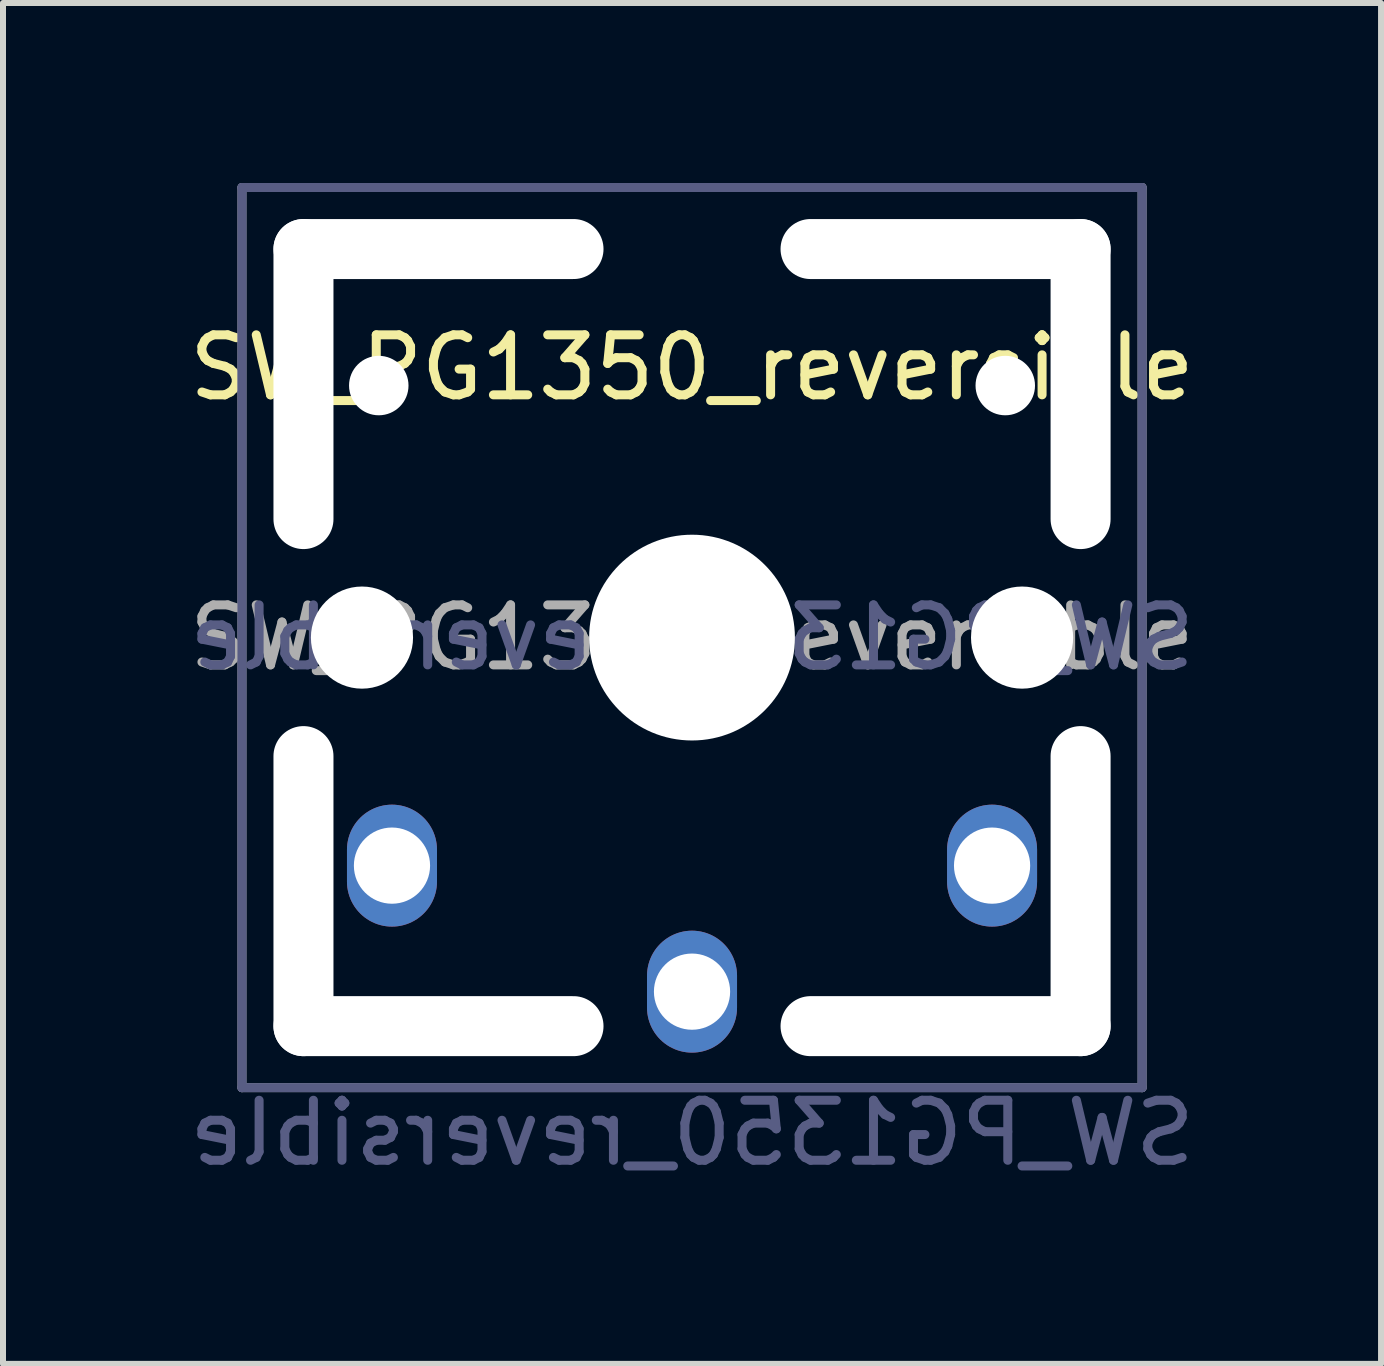
<source format=kicad_pcb>
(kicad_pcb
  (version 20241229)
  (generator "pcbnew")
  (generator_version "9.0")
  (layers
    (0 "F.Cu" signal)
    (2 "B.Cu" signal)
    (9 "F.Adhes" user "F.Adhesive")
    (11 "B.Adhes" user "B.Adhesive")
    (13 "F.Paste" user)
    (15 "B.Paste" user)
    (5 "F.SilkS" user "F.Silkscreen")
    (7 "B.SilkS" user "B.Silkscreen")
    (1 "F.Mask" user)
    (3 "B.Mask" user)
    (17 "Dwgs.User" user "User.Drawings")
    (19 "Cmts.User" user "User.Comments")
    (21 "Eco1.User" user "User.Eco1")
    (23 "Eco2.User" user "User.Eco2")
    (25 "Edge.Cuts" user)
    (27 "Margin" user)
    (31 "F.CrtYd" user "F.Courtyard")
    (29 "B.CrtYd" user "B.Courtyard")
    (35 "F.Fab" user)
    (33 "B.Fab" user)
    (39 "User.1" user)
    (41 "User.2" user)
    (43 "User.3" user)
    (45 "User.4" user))
  (footprint "SW_PG1350_reversible"
    (layer "F.Cu")
    (at 8.482 7.575)
    (property "Reference" "SW_PG1350_reversible" (at 0 -4.5 0) (layer "F.SilkS") (effects (font (size 1 1) (thickness 0.15))))
    (property "Value" "SW_PG1350_reversible" (at 0 8.255 0) (layer "F.Fab") (hide yes) (effects (font (size 1 1) (thickness 0.15))))
    (attr through_hole)
    (fp_line (start -6.9 6.9) (end -6.9 -6.9) (stroke (width 0.15) (type solid)) (layer "Eco2.User"))
    (fp_line (start -6.9 6.9) (end 6.9 6.9) (stroke (width 0.15) (type solid)) (layer "Eco2.User"))
    (fp_line (start -2.6 -3.1) (end -2.6 -6.3) (stroke (width 0.15) (type solid)) (layer "Eco2.User"))
    (fp_line (start -2.6 -3.1) (end 2.6 -3.1) (stroke (width 0.15) (type solid)) (layer "Eco2.User"))
    (fp_line (start 2.6 -6.3) (end -2.6 -6.3) (stroke (width 0.15) (type solid)) (layer "Eco2.User"))
    (fp_line (start 2.6 -3.1) (end 2.6 -6.3) (stroke (width 0.15) (type solid)) (layer "Eco2.User"))
    (fp_line (start 6.9 -6.9) (end -6.9 -6.9) (stroke (width 0.15) (type solid)) (layer "Eco2.User"))
    (fp_line (start 6.9 -6.9) (end 6.9 6.9) (stroke (width 0.15) (type solid)) (layer "Eco2.User"))
    (fp_line (start -7.5 -7.5) (end 7.5 -7.5) (stroke (width 0.15) (type solid)) (layer "B.Fab"))
    (fp_line (start -7.5 7.5) (end -7.5 -7.5) (stroke (width 0.15) (type solid)) (layer "B.Fab"))
    (fp_line (start 7.5 -7.5) (end 7.5 7.5) (stroke (width 0.15) (type solid)) (layer "B.Fab"))
    (fp_line (start 7.5 7.5) (end -7.5 7.5) (stroke (width 0.15) (type solid)) (layer "B.Fab"))
    (fp_line (start -7.5 -7.5) (end 7.5 -7.5) (stroke (width 0.15) (type solid)) (layer "F.Fab"))
    (fp_line (start -7.5 7.5) (end -7.5 -7.5) (stroke (width 0.15) (type solid)) (layer "F.Fab"))
    (fp_line (start 7.5 -7.5) (end 7.5 7.5) (stroke (width 0.15) (type solid)) (layer "F.Fab"))
    (fp_line (start 7.5 7.5) (end -7.5 7.5) (stroke (width 0.15) (type solid)) (layer "F.Fab"))
    (fp_text user "${REFERENCE}" (at 0 0 0) (layer "B.Fab") (effects (font (size 1 1) (thickness 0.15)) (justify mirror)))
    (fp_text user "${VALUE}" (at 0 8.255 0) (layer "B.Fab") (effects (font (size 1 1) (thickness 0.15)) (justify mirror)))
    (fp_text user "${REFERENCE}" (at 0 0 0) (layer "F.Fab") (effects (font (size 1 1) (thickness 0.15))))
    (pad "" np_thru_hole oval (at -6.475 -4.225) (size 1 5.5) (drill oval 1 5.5) (layers "*.Cu" "*.Mask"))
    (pad "" np_thru_hole oval (at -6.475 4.225) (size 1 5.5) (drill oval 1 5.5) (layers "*.Cu" "*.Mask"))
    (pad "" np_thru_hole circle (at -5.5 0) (size 1.702 1.702) (drill 1.702) (layers "*.Cu" "*.Mask"))
    (pad "" np_thru_hole circle (at -5.22 -4.2) (size 0.991 0.991) (drill 0.991) (layers "*.Cu" "*.Mask"))
    (pad "" np_thru_hole oval (at -4.225 -6.475 270) (size 1 5.5) (drill oval 1 5.5) (layers "*.Cu" "*.Mask"))
    (pad "" np_thru_hole oval (at -4.225 6.475 90) (size 1 5.5) (drill oval 1 5.5) (layers "*.Cu" "*.Mask"))
    (pad "" np_thru_hole circle (at 0 0) (size 3.429 3.429) (drill 3.429) (layers "*.Cu" "*.Mask"))
    (pad "" np_thru_hole oval (at 4.225 -6.475 270) (size 1 5.5) (drill oval 1 5.5) (layers "*.Cu" "*.Mask"))
    (pad "" np_thru_hole oval (at 4.225 6.475 270) (size 1 5.5) (drill oval 1 5.5) (layers "*.Cu" "*.Mask"))
    (pad "" np_thru_hole circle (at 5.22 -4.2) (size 0.991 0.991) (drill 0.991) (layers "*.Cu" "*.Mask"))
    (pad "" np_thru_hole circle (at 5.5 0) (size 1.702 1.702) (drill 1.702) (layers "*.Cu" "*.Mask"))
    (pad "" np_thru_hole oval (at 6.475 -4.225) (size 1 5.5) (drill oval 1 5.5) (layers "*.Cu" "*.Mask"))
    (pad "" np_thru_hole oval (at 6.475 4.225 180) (size 1 5.5) (drill oval 1 5.5) (layers "*.Cu" "*.Mask"))
    (pad "1" thru_hole oval (at 0 5.9) (size 1.5 2.032) (drill 1.27) (layers "*.Cu" "*.Mask"))
    (pad "2" thru_hole oval (at -5 3.8 180) (size 1.5 2.032) (drill oval 1.27) (layers "*.Cu" "*.Mask"))
    (pad "2" thru_hole oval (at 5 3.8) (size 1.5 2.032) (drill 1.27) (layers "*.Cu" "*.Mask")))
  (gr_rect
    (start -3 -3)
    (end 19.964 19.678)
    (stroke (width 0.1) (type default))
    (fill no)
    (layer "Edge.Cuts")))
</source>
